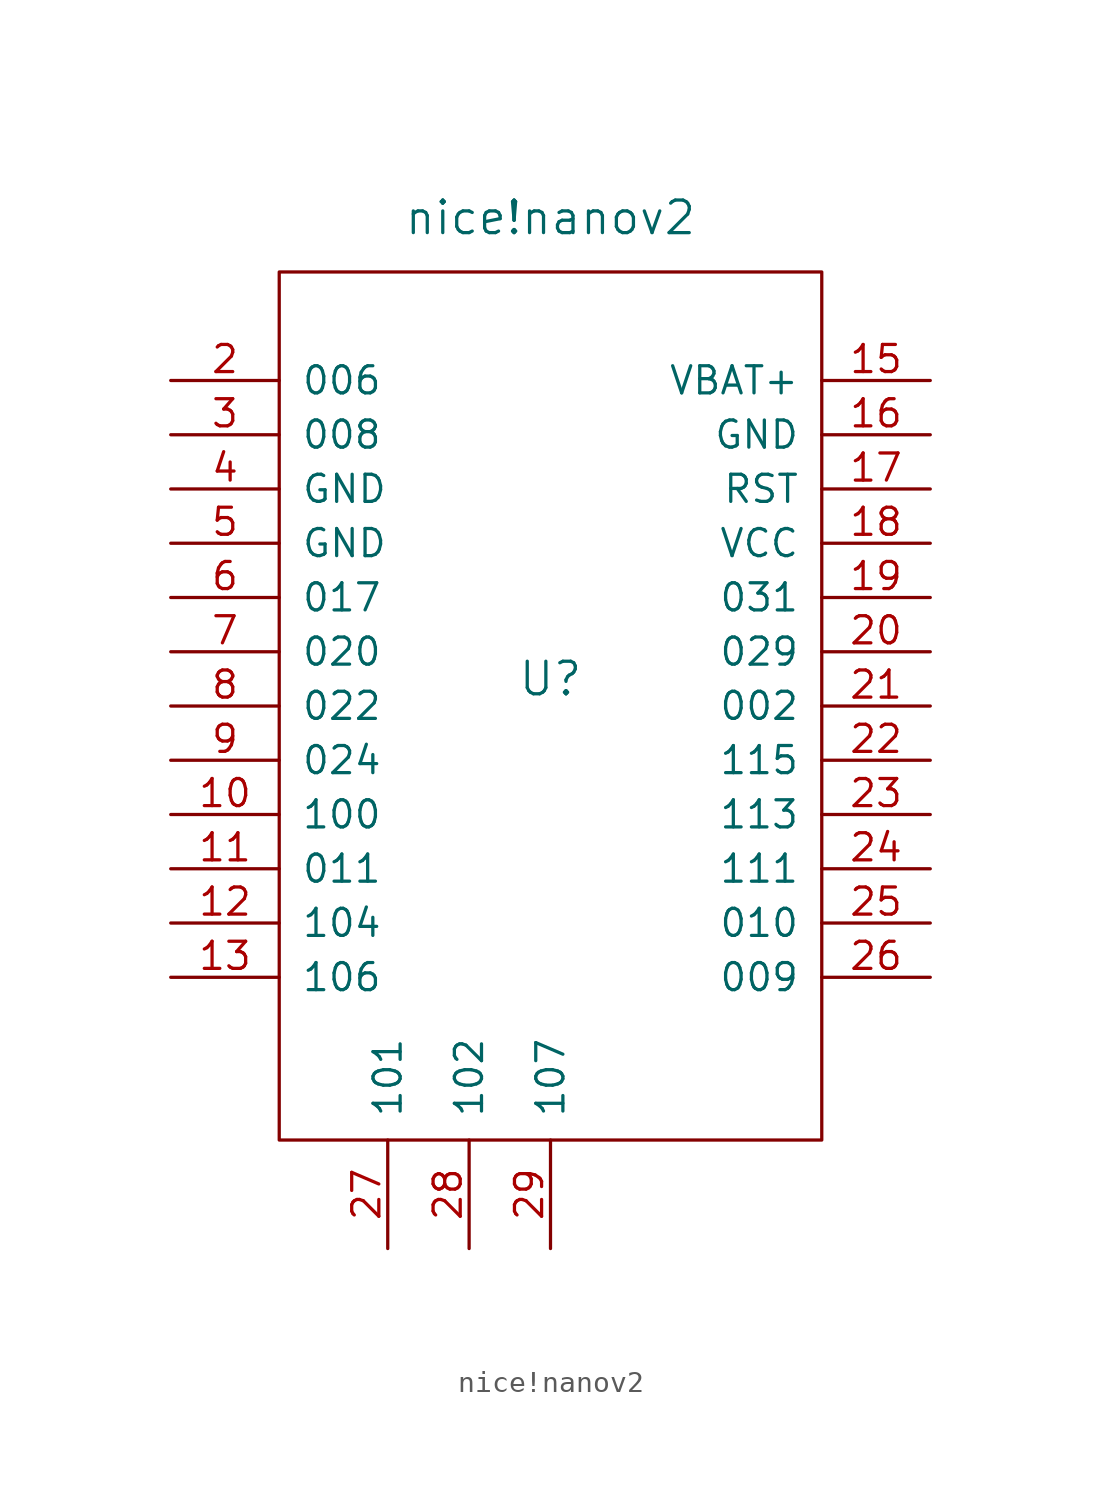
<source format=kicad_sym>
(kicad_symbol_lib
  (version 20211014)
  (generator kicad_symbol_editor)
  (symbol "nice!nanov2"
    (pin_names
      (offset 1.016))
    (property "Reference" "U"
      (at 0 0 0)
      (effects (font (size 1.524 1.524))))
    (property "Value" "nice!nanov2"
      (at 0 21.59 0)
      (effects (font (size 1.524 1.524))))
    (symbol "nice!nanov2_0_1"
      (rectangle (start -12.7 -21.59) (end 12.7 19.05) (stroke (width 0) (type default) (color 0 0 0 0)) (fill (type none))))
    (symbol "nice!nanov2_1_1"
      (pin input line (at -17.78 -6.35 0) (length 5.08) (name "100" (effects (font (size 1.27 1.27)))) (number "10" (effects (font (size 1.27 1.27)))))
      (pin input line (at -17.78 -8.89 0) (length 5.08) (name "011" (effects (font (size 1.27 1.27)))) (number "11" (effects (font (size 1.27 1.27)))))
      (pin input line (at -17.78 -11.43 0) (length 5.08) (name "104" (effects (font (size 1.27 1.27)))) (number "12" (effects (font (size 1.27 1.27)))))
      (pin input line (at -17.78 -13.97 0) (length 5.08) (name "106" (effects (font (size 1.27 1.27)))) (number "13" (effects (font (size 1.27 1.27)))))
      (pin input line (at 17.78 13.97 180) (length 5.08) (name "VBAT+" (effects (font (size 1.27 1.27)))) (number "15" (effects (font (size 1.27 1.27)))))
      (pin input line (at 17.78 11.43 180) (length 5.08) (name "GND" (effects (font (size 1.27 1.27)))) (number "16" (effects (font (size 1.27 1.27)))))
      (pin input line (at 17.78 8.89 180) (length 5.08) (name "RST" (effects (font (size 1.27 1.27)))) (number "17" (effects (font (size 1.27 1.27)))))
      (pin output line (at 17.78 6.35 180) (length 5.08) (name "VCC" (effects (font (size 1.27 1.27)))) (number "18" (effects (font (size 1.27 1.27)))))
      (pin input line (at 17.78 3.81 180) (length 5.08) (name "031" (effects (font (size 1.27 1.27)))) (number "19" (effects (font (size 1.27 1.27)))))
      (pin input line (at -17.78 13.97 0) (length 5.08) (name "006" (effects (font (size 1.27 1.27)))) (number "2" (effects (font (size 1.27 1.27)))))
      (pin input line (at 17.78 1.27 180) (length 5.08) (name "029" (effects (font (size 1.27 1.27)))) (number "20" (effects (font (size 1.27 1.27)))))
      (pin input line (at 17.78 -1.27 180) (length 5.08) (name "002" (effects (font (size 1.27 1.27)))) (number "21" (effects (font (size 1.27 1.27)))))
      (pin input line (at 17.78 -3.81 180) (length 5.08) (name "115" (effects (font (size 1.27 1.27)))) (number "22" (effects (font (size 1.27 1.27)))))
      (pin input line (at 17.78 -6.35 180) (length 5.08) (name "113" (effects (font (size 1.27 1.27)))) (number "23" (effects (font (size 1.27 1.27)))))
      (pin input line (at 17.78 -8.89 180) (length 5.08) (name "111" (effects (font (size 1.27 1.27)))) (number "24" (effects (font (size 1.27 1.27)))))
      (pin input line (at 17.78 -11.43 180) (length 5.08) (name "010" (effects (font (size 1.27 1.27)))) (number "25" (effects (font (size 1.27 1.27)))))
      (pin input line (at 17.78 -13.97 180) (length 5.08) (name "009" (effects (font (size 1.27 1.27)))) (number "26" (effects (font (size 1.27 1.27)))))
      (pin input line (at -7.62 -26.67 90) (length 5.08) (name "101" (effects (font (size 1.27 1.27)))) (number "27" (effects (font (size 1.27 1.27)))))
      (pin input line (at -3.81 -26.67 90) (length 5.08) (name "102" (effects (font (size 1.27 1.27)))) (number "28" (effects (font (size 1.27 1.27)))))
      (pin input line (at 0 -26.67 90) (length 5.08) (name "107" (effects (font (size 1.27 1.27)))) (number "29" (effects (font (size 1.27 1.27)))))
      (pin input line (at -17.78 11.43 0) (length 5.08) (name "008" (effects (font (size 1.27 1.27)))) (number "3" (effects (font (size 1.27 1.27)))))
      (pin input line (at -17.78 8.89 0) (length 5.08) (name "GND" (effects (font (size 1.27 1.27)))) (number "4" (effects (font (size 1.27 1.27)))))
      (pin input line (at -17.78 6.35 0) (length 5.08) (name "GND" (effects (font (size 1.27 1.27)))) (number "5" (effects (font (size 1.27 1.27)))))
      (pin input line (at -17.78 3.81 0) (length 5.08) (name "017" (effects (font (size 1.27 1.27)))) (number "6" (effects (font (size 1.27 1.27)))))
      (pin input line (at -17.78 1.27 0) (length 5.08) (name "020" (effects (font (size 1.27 1.27)))) (number "7" (effects (font (size 1.27 1.27)))))
      (pin input line (at -17.78 -1.27 0) (length 5.08) (name "022" (effects (font (size 1.27 1.27)))) (number "8" (effects (font (size 1.27 1.27)))))
      (pin input line (at -17.78 -3.81 0) (length 5.08) (name "024" (effects (font (size 1.27 1.27)))) (number "9" (effects (font (size 1.27 1.27))))))))
</source>
